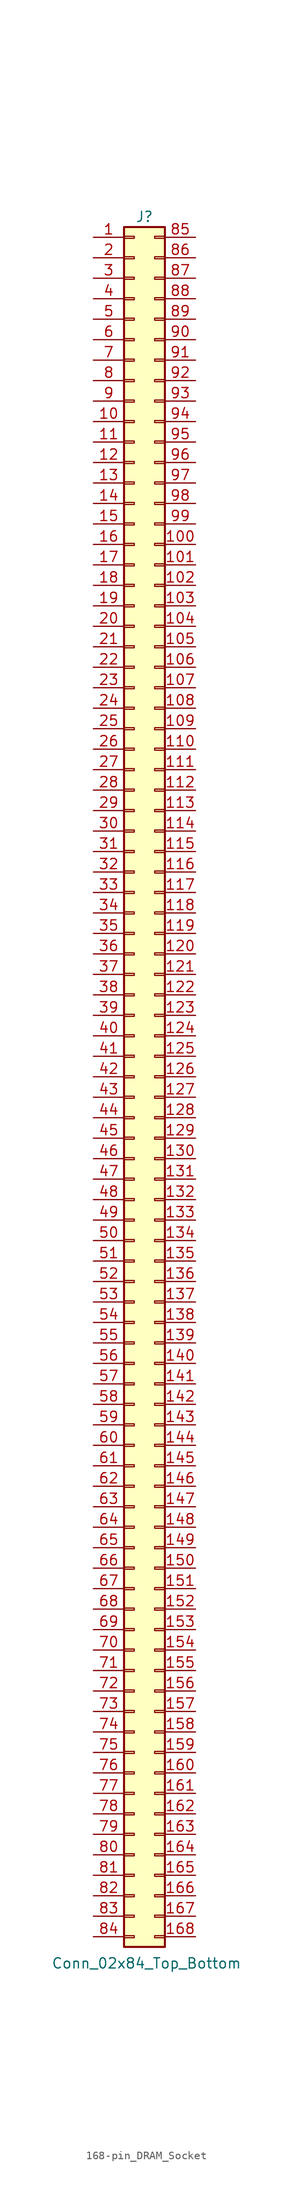
<source format=kicad_sym>
(kicad_symbol_lib
  (version 20231120)
  (generator "kicad_symbol_editor")
  (generator_version "8.0")
  (symbol "168-pin_DRAM_Socket"
    (pin_names
      (offset 1.016) hide)
    (property "Reference" "J"
      (at 1.27 50.8 0)
      (effects (font (size 1.27 1.27))))
    (property "Value" "Conn_02x84_Top_Bottom"
      (at 1.524 -165.862 0)
      (effects (font (size 1.27 1.27))))
    (symbol "168-pin_DRAM_Socket_1_1"
      (rectangle (start -1.27 -162.433) (end 0 -162.687) (stroke (width 0.152) (type default)) (fill (type none)))
      (rectangle (start -1.27 -159.893) (end 0 -160.147) (stroke (width 0.152) (type default)) (fill (type none)))
      (rectangle (start -1.27 -157.353) (end 0 -157.607) (stroke (width 0.152) (type default)) (fill (type none)))
      (rectangle (start -1.27 -154.813) (end 0 -155.067) (stroke (width 0.152) (type default)) (fill (type none)))
      (rectangle (start -1.27 -152.273) (end 0 -152.527) (stroke (width 0.152) (type default)) (fill (type none)))
      (rectangle (start -1.27 -149.733) (end 0 -149.987) (stroke (width 0.152) (type default)) (fill (type none)))
      (rectangle (start -1.27 -147.193) (end 0 -147.447) (stroke (width 0.152) (type default)) (fill (type none)))
      (rectangle (start -1.27 -144.653) (end 0 -144.907) (stroke (width 0.152) (type default)) (fill (type none)))
      (rectangle (start -1.27 -142.113) (end 0 -142.367) (stroke (width 0.152) (type default)) (fill (type none)))
      (rectangle (start -1.27 -139.573) (end 0 -139.827) (stroke (width 0.152) (type default)) (fill (type none)))
      (rectangle (start -1.27 -137.033) (end 0 -137.287) (stroke (width 0.152) (type default)) (fill (type none)))
      (rectangle (start -1.27 -134.493) (end 0 -134.747) (stroke (width 0.152) (type default)) (fill (type none)))
      (rectangle (start -1.27 -131.953) (end 0 -132.207) (stroke (width 0.152) (type default)) (fill (type none)))
      (rectangle (start -1.27 -129.413) (end 0 -129.667) (stroke (width 0.152) (type default)) (fill (type none)))
      (rectangle (start -1.27 -126.873) (end 0 -127.127) (stroke (width 0.152) (type default)) (fill (type none)))
      (rectangle (start -1.27 -124.333) (end 0 -124.587) (stroke (width 0.152) (type default)) (fill (type none)))
      (rectangle (start -1.27 -121.793) (end 0 -122.047) (stroke (width 0.152) (type default)) (fill (type none)))
      (rectangle (start -1.27 -119.253) (end 0 -119.507) (stroke (width 0.152) (type default)) (fill (type none)))
      (rectangle (start -1.27 -116.713) (end 0 -116.967) (stroke (width 0.152) (type default)) (fill (type none)))
      (rectangle (start -1.27 -114.173) (end 0 -114.427) (stroke (width 0.152) (type default)) (fill (type none)))
      (rectangle (start -1.27 -111.633) (end 0 -111.887) (stroke (width 0.152) (type default)) (fill (type none)))
      (rectangle (start -1.27 -109.093) (end 0 -109.347) (stroke (width 0.152) (type default)) (fill (type none)))
      (rectangle (start -1.27 -106.553) (end 0 -106.807) (stroke (width 0.152) (type default)) (fill (type none)))
      (rectangle (start -1.27 -104.013) (end 0 -104.267) (stroke (width 0.152) (type default)) (fill (type none)))
      (rectangle (start -1.27 -101.473) (end 0 -101.727) (stroke (width 0.152) (type default)) (fill (type none)))
      (rectangle (start -1.27 -98.933) (end 0 -99.187) (stroke (width 0.152) (type default)) (fill (type none)))
      (rectangle (start -1.27 -96.393) (end 0 -96.647) (stroke (width 0.152) (type default)) (fill (type none)))
      (rectangle (start -1.27 -93.853) (end 0 -94.107) (stroke (width 0.152) (type default)) (fill (type none)))
      (rectangle (start -1.27 -91.313) (end 0 -91.567) (stroke (width 0.152) (type default)) (fill (type none)))
      (rectangle (start -1.27 -88.773) (end 0 -89.027) (stroke (width 0.152) (type default)) (fill (type none)))
      (rectangle (start -1.27 -86.233) (end 0 -86.487) (stroke (width 0.152) (type default)) (fill (type none)))
      (rectangle (start -1.27 -83.693) (end 0 -83.947) (stroke (width 0.152) (type default)) (fill (type none)))
      (rectangle (start -1.27 -81.153) (end 0 -81.407) (stroke (width 0.152) (type default)) (fill (type none)))
      (rectangle (start -1.27 -78.613) (end 0 -78.867) (stroke (width 0.152) (type default)) (fill (type none)))
      (rectangle (start -1.27 -76.073) (end 0 -76.327) (stroke (width 0.152) (type default)) (fill (type none)))
      (rectangle (start -1.27 -73.533) (end 0 -73.787) (stroke (width 0.152) (type default)) (fill (type none)))
      (rectangle (start -1.27 -70.993) (end 0 -71.247) (stroke (width 0.152) (type default)) (fill (type none)))
      (rectangle (start -1.27 -68.453) (end 0 -68.707) (stroke (width 0.152) (type default)) (fill (type none)))
      (rectangle (start -1.27 -65.913) (end 0 -66.167) (stroke (width 0.152) (type default)) (fill (type none)))
      (rectangle (start -1.27 -63.373) (end 0 -63.627) (stroke (width 0.152) (type default)) (fill (type none)))
      (rectangle (start -1.27 -60.833) (end 0 -61.087) (stroke (width 0.152) (type default)) (fill (type none)))
      (rectangle (start -1.27 -58.293) (end 0 -58.547) (stroke (width 0.152) (type default)) (fill (type none)))
      (rectangle (start -1.27 -55.753) (end 0 -56.007) (stroke (width 0.152) (type default)) (fill (type none)))
      (rectangle (start -1.27 -53.213) (end 0 -53.467) (stroke (width 0.152) (type default)) (fill (type none)))
      (rectangle (start -1.27 -50.673) (end 0 -50.927) (stroke (width 0.152) (type default)) (fill (type none)))
      (rectangle (start -1.27 -48.133) (end 0 -48.387) (stroke (width 0.152) (type default)) (fill (type none)))
      (rectangle (start -1.27 -45.593) (end 0 -45.847) (stroke (width 0.152) (type default)) (fill (type none)))
      (rectangle (start -1.27 -43.053) (end 0 -43.307) (stroke (width 0.152) (type default)) (fill (type none)))
      (rectangle (start -1.27 -40.513) (end 0 -40.767) (stroke (width 0.152) (type default)) (fill (type none)))
      (rectangle (start -1.27 -37.973) (end 0 -38.227) (stroke (width 0.152) (type default)) (fill (type none)))
      (rectangle (start -1.27 -35.433) (end 0 -35.687) (stroke (width 0.152) (type default)) (fill (type none)))
      (rectangle (start -1.27 -32.893) (end 0 -33.147) (stroke (width 0.152) (type default)) (fill (type none)))
      (rectangle (start -1.27 -30.353) (end 0 -30.607) (stroke (width 0.152) (type default)) (fill (type none)))
      (rectangle (start -1.27 -27.813) (end 0 -28.067) (stroke (width 0.152) (type default)) (fill (type none)))
      (rectangle (start -1.27 -25.273) (end 0 -25.527) (stroke (width 0.152) (type default)) (fill (type none)))
      (rectangle (start -1.27 -22.733) (end 0 -22.987) (stroke (width 0.152) (type default)) (fill (type none)))
      (rectangle (start -1.27 -20.193) (end 0 -20.447) (stroke (width 0.152) (type default)) (fill (type none)))
      (rectangle (start -1.27 -17.653) (end 0 -17.907) (stroke (width 0.152) (type default)) (fill (type none)))
      (rectangle (start -1.27 -15.113) (end 0 -15.367) (stroke (width 0.152) (type default)) (fill (type none)))
      (rectangle (start -1.27 -12.573) (end 0 -12.827) (stroke (width 0.152) (type default)) (fill (type none)))
      (rectangle (start -1.27 -10.033) (end 0 -10.287) (stroke (width 0.152) (type default)) (fill (type none)))
      (rectangle (start -1.27 -7.493) (end 0 -7.747) (stroke (width 0.152) (type default)) (fill (type none)))
      (rectangle (start -1.27 -4.953) (end 0 -5.207) (stroke (width 0.152) (type default)) (fill (type none)))
      (rectangle (start -1.27 -2.413) (end 0 -2.667) (stroke (width 0.152) (type default)) (fill (type none)))
      (rectangle (start -1.27 0.127) (end 0 -0.127) (stroke (width 0.152) (type default)) (fill (type none)))
      (rectangle (start -1.27 2.667) (end 0 2.413) (stroke (width 0.152) (type default)) (fill (type none)))
      (rectangle (start -1.27 5.207) (end 0 4.953) (stroke (width 0.152) (type default)) (fill (type none)))
      (rectangle (start -1.27 7.747) (end 0 7.493) (stroke (width 0.152) (type default)) (fill (type none)))
      (rectangle (start -1.27 10.287) (end 0 10.033) (stroke (width 0.152) (type default)) (fill (type none)))
      (rectangle (start -1.27 12.827) (end 0 12.573) (stroke (width 0.152) (type default)) (fill (type none)))
      (rectangle (start -1.27 15.367) (end 0 15.113) (stroke (width 0.152) (type default)) (fill (type none)))
      (rectangle (start -1.27 17.907) (end 0 17.653) (stroke (width 0.152) (type default)) (fill (type none)))
      (rectangle (start -1.27 20.447) (end 0 20.193) (stroke (width 0.152) (type default)) (fill (type none)))
      (rectangle (start -1.27 22.987) (end 0 22.733) (stroke (width 0.152) (type default)) (fill (type none)))
      (rectangle (start -1.27 25.527) (end 0 25.273) (stroke (width 0.152) (type default)) (fill (type none)))
      (rectangle (start -1.27 28.067) (end 0 27.813) (stroke (width 0.152) (type default)) (fill (type none)))
      (rectangle (start -1.27 30.607) (end 0 30.353) (stroke (width 0.152) (type default)) (fill (type none)))
      (rectangle (start -1.27 33.147) (end 0 32.893) (stroke (width 0.152) (type default)) (fill (type none)))
      (rectangle (start -1.27 35.687) (end 0 35.433) (stroke (width 0.152) (type default)) (fill (type none)))
      (rectangle (start -1.27 38.227) (end 0 37.973) (stroke (width 0.152) (type default)) (fill (type none)))
      (rectangle (start -1.27 40.767) (end 0 40.513) (stroke (width 0.152) (type default)) (fill (type none)))
      (rectangle (start -1.27 43.307) (end 0 43.053) (stroke (width 0.152) (type default)) (fill (type none)))
      (rectangle (start -1.27 45.847) (end 0 45.593) (stroke (width 0.152) (type default)) (fill (type none)))
      (rectangle (start -1.27 48.387) (end 0 48.133) (stroke (width 0.152) (type default)) (fill (type none)))
      (rectangle (start -1.27 49.53) (end 3.81 -163.83) (stroke (width 0.254) (type default)) (fill (type background)))
      (rectangle (start 2.54 -162.433) (end 3.81 -162.687) (stroke (width 0.152) (type default)) (fill (type none)))
      (rectangle (start 2.54 -159.893) (end 3.81 -160.147) (stroke (width 0.152) (type default)) (fill (type none)))
      (rectangle (start 2.54 -157.353) (end 3.81 -157.607) (stroke (width 0.152) (type default)) (fill (type none)))
      (rectangle (start 2.54 -154.813) (end 3.81 -155.067) (stroke (width 0.152) (type default)) (fill (type none)))
      (rectangle (start 2.54 -152.273) (end 3.81 -152.527) (stroke (width 0.152) (type default)) (fill (type none)))
      (rectangle (start 2.54 -149.733) (end 3.81 -149.987) (stroke (width 0.152) (type default)) (fill (type none)))
      (rectangle (start 2.54 -147.193) (end 3.81 -147.447) (stroke (width 0.152) (type default)) (fill (type none)))
      (rectangle (start 2.54 -144.653) (end 3.81 -144.907) (stroke (width 0.152) (type default)) (fill (type none)))
      (rectangle (start 2.54 -142.113) (end 3.81 -142.367) (stroke (width 0.152) (type default)) (fill (type none)))
      (rectangle (start 2.54 -139.573) (end 3.81 -139.827) (stroke (width 0.152) (type default)) (fill (type none)))
      (rectangle (start 2.54 -137.033) (end 3.81 -137.287) (stroke (width 0.152) (type default)) (fill (type none)))
      (rectangle (start 2.54 -134.493) (end 3.81 -134.747) (stroke (width 0.152) (type default)) (fill (type none)))
      (rectangle (start 2.54 -131.953) (end 3.81 -132.207) (stroke (width 0.152) (type default)) (fill (type none)))
      (rectangle (start 2.54 -129.413) (end 3.81 -129.667) (stroke (width 0.152) (type default)) (fill (type none)))
      (rectangle (start 2.54 -126.873) (end 3.81 -127.127) (stroke (width 0.152) (type default)) (fill (type none)))
      (rectangle (start 2.54 -124.333) (end 3.81 -124.587) (stroke (width 0.152) (type default)) (fill (type none)))
      (rectangle (start 2.54 -121.793) (end 3.81 -122.047) (stroke (width 0.152) (type default)) (fill (type none)))
      (rectangle (start 2.54 -119.253) (end 3.81 -119.507) (stroke (width 0.152) (type default)) (fill (type none)))
      (rectangle (start 2.54 -116.713) (end 3.81 -116.967) (stroke (width 0.152) (type default)) (fill (type none)))
      (rectangle (start 2.54 -114.173) (end 3.81 -114.427) (stroke (width 0.152) (type default)) (fill (type none)))
      (rectangle (start 2.54 -111.633) (end 3.81 -111.887) (stroke (width 0.152) (type default)) (fill (type none)))
      (rectangle (start 2.54 -109.093) (end 3.81 -109.347) (stroke (width 0.152) (type default)) (fill (type none)))
      (rectangle (start 2.54 -106.553) (end 3.81 -106.807) (stroke (width 0.152) (type default)) (fill (type none)))
      (rectangle (start 2.54 -104.013) (end 3.81 -104.267) (stroke (width 0.152) (type default)) (fill (type none)))
      (rectangle (start 2.54 -101.473) (end 3.81 -101.727) (stroke (width 0.152) (type default)) (fill (type none)))
      (rectangle (start 2.54 -98.933) (end 3.81 -99.187) (stroke (width 0.152) (type default)) (fill (type none)))
      (rectangle (start 2.54 -96.393) (end 3.81 -96.647) (stroke (width 0.152) (type default)) (fill (type none)))
      (rectangle (start 2.54 -93.853) (end 3.81 -94.107) (stroke (width 0.152) (type default)) (fill (type none)))
      (rectangle (start 2.54 -91.313) (end 3.81 -91.567) (stroke (width 0.152) (type default)) (fill (type none)))
      (rectangle (start 2.54 -88.773) (end 3.81 -89.027) (stroke (width 0.152) (type default)) (fill (type none)))
      (rectangle (start 2.54 -86.233) (end 3.81 -86.487) (stroke (width 0.152) (type default)) (fill (type none)))
      (rectangle (start 2.54 -83.693) (end 3.81 -83.947) (stroke (width 0.152) (type default)) (fill (type none)))
      (rectangle (start 2.54 -81.153) (end 3.81 -81.407) (stroke (width 0.152) (type default)) (fill (type none)))
      (rectangle (start 2.54 -78.613) (end 3.81 -78.867) (stroke (width 0.152) (type default)) (fill (type none)))
      (rectangle (start 2.54 -76.073) (end 3.81 -76.327) (stroke (width 0.152) (type default)) (fill (type none)))
      (rectangle (start 2.54 -73.533) (end 3.81 -73.787) (stroke (width 0.152) (type default)) (fill (type none)))
      (rectangle (start 2.54 -70.993) (end 3.81 -71.247) (stroke (width 0.152) (type default)) (fill (type none)))
      (rectangle (start 2.54 -68.453) (end 3.81 -68.707) (stroke (width 0.152) (type default)) (fill (type none)))
      (rectangle (start 2.54 -65.913) (end 3.81 -66.167) (stroke (width 0.152) (type default)) (fill (type none)))
      (rectangle (start 2.54 -63.373) (end 3.81 -63.627) (stroke (width 0.152) (type default)) (fill (type none)))
      (rectangle (start 2.54 -60.833) (end 3.81 -61.087) (stroke (width 0.152) (type default)) (fill (type none)))
      (rectangle (start 2.54 -58.293) (end 3.81 -58.547) (stroke (width 0.152) (type default)) (fill (type none)))
      (rectangle (start 2.54 -55.753) (end 3.81 -56.007) (stroke (width 0.152) (type default)) (fill (type none)))
      (rectangle (start 2.54 -53.213) (end 3.81 -53.467) (stroke (width 0.152) (type default)) (fill (type none)))
      (rectangle (start 2.54 -50.673) (end 3.81 -50.927) (stroke (width 0.152) (type default)) (fill (type none)))
      (rectangle (start 2.54 -48.133) (end 3.81 -48.387) (stroke (width 0.152) (type default)) (fill (type none)))
      (rectangle (start 2.54 -45.593) (end 3.81 -45.847) (stroke (width 0.152) (type default)) (fill (type none)))
      (rectangle (start 2.54 -43.053) (end 3.81 -43.307) (stroke (width 0.152) (type default)) (fill (type none)))
      (rectangle (start 2.54 -40.513) (end 3.81 -40.767) (stroke (width 0.152) (type default)) (fill (type none)))
      (rectangle (start 2.54 -37.973) (end 3.81 -38.227) (stroke (width 0.152) (type default)) (fill (type none)))
      (rectangle (start 2.54 -35.433) (end 3.81 -35.687) (stroke (width 0.152) (type default)) (fill (type none)))
      (rectangle (start 2.54 -32.893) (end 3.81 -33.147) (stroke (width 0.152) (type default)) (fill (type none)))
      (rectangle (start 2.54 -30.353) (end 3.81 -30.607) (stroke (width 0.152) (type default)) (fill (type none)))
      (rectangle (start 2.54 -27.813) (end 3.81 -28.067) (stroke (width 0.152) (type default)) (fill (type none)))
      (rectangle (start 2.54 -25.273) (end 3.81 -25.527) (stroke (width 0.152) (type default)) (fill (type none)))
      (rectangle (start 2.54 -22.733) (end 3.81 -22.987) (stroke (width 0.152) (type default)) (fill (type none)))
      (rectangle (start 2.54 -20.193) (end 3.81 -20.447) (stroke (width 0.152) (type default)) (fill (type none)))
      (rectangle (start 2.54 -17.653) (end 3.81 -17.907) (stroke (width 0.152) (type default)) (fill (type none)))
      (rectangle (start 2.54 -15.113) (end 3.81 -15.367) (stroke (width 0.152) (type default)) (fill (type none)))
      (rectangle (start 2.54 -12.573) (end 3.81 -12.827) (stroke (width 0.152) (type default)) (fill (type none)))
      (rectangle (start 2.54 -10.033) (end 3.81 -10.287) (stroke (width 0.152) (type default)) (fill (type none)))
      (rectangle (start 2.54 -7.493) (end 3.81 -7.747) (stroke (width 0.152) (type default)) (fill (type none)))
      (rectangle (start 2.54 -4.953) (end 3.81 -5.207) (stroke (width 0.152) (type default)) (fill (type none)))
      (rectangle (start 2.54 -2.413) (end 3.81 -2.667) (stroke (width 0.152) (type default)) (fill (type none)))
      (rectangle (start 2.54 0.127) (end 3.81 -0.127) (stroke (width 0.152) (type default)) (fill (type none)))
      (rectangle (start 2.54 2.667) (end 3.81 2.413) (stroke (width 0.152) (type default)) (fill (type none)))
      (rectangle (start 2.54 5.207) (end 3.81 4.953) (stroke (width 0.152) (type default)) (fill (type none)))
      (rectangle (start 2.54 7.747) (end 3.81 7.493) (stroke (width 0.152) (type default)) (fill (type none)))
      (rectangle (start 2.54 10.287) (end 3.81 10.033) (stroke (width 0.152) (type default)) (fill (type none)))
      (rectangle (start 2.54 12.827) (end 3.81 12.573) (stroke (width 0.152) (type default)) (fill (type none)))
      (rectangle (start 2.54 15.367) (end 3.81 15.113) (stroke (width 0.152) (type default)) (fill (type none)))
      (rectangle (start 2.54 17.907) (end 3.81 17.653) (stroke (width 0.152) (type default)) (fill (type none)))
      (rectangle (start 2.54 20.447) (end 3.81 20.193) (stroke (width 0.152) (type default)) (fill (type none)))
      (rectangle (start 2.54 22.987) (end 3.81 22.733) (stroke (width 0.152) (type default)) (fill (type none)))
      (rectangle (start 2.54 25.527) (end 3.81 25.273) (stroke (width 0.152) (type default)) (fill (type none)))
      (rectangle (start 2.54 28.067) (end 3.81 27.813) (stroke (width 0.152) (type default)) (fill (type none)))
      (rectangle (start 2.54 30.607) (end 3.81 30.353) (stroke (width 0.152) (type default)) (fill (type none)))
      (rectangle (start 2.54 33.147) (end 3.81 32.893) (stroke (width 0.152) (type default)) (fill (type none)))
      (rectangle (start 2.54 35.687) (end 3.81 35.433) (stroke (width 0.152) (type default)) (fill (type none)))
      (rectangle (start 2.54 38.227) (end 3.81 37.973) (stroke (width 0.152) (type default)) (fill (type none)))
      (rectangle (start 2.54 40.767) (end 3.81 40.513) (stroke (width 0.152) (type default)) (fill (type none)))
      (rectangle (start 2.54 43.307) (end 3.81 43.053) (stroke (width 0.152) (type default)) (fill (type none)))
      (rectangle (start 2.54 45.847) (end 3.81 45.593) (stroke (width 0.152) (type default)) (fill (type none)))
      (rectangle (start 2.54 48.387) (end 3.81 48.133) (stroke (width 0.152) (type default)) (fill (type none)))
      (pin passive line (at -5.08 48.26 0) (length 3.81) (name "Pin_1" (effects (font (size 1.27 1.27)))) (number "1" (effects (font (size 1.27 1.27)))))
      (pin passive line (at -5.08 25.4 0) (length 3.81) (name "Pin_10" (effects (font (size 1.27 1.27)))) (number "10" (effects (font (size 1.27 1.27)))))
      (pin passive line (at 7.62 10.16 180) (length 3.81) (name "Pin_100" (effects (font (size 1.27 1.27)))) (number "100" (effects (font (size 1.27 1.27)))))
      (pin passive line (at 7.62 7.62 180) (length 3.81) (name "Pin_101" (effects (font (size 1.27 1.27)))) (number "101" (effects (font (size 1.27 1.27)))))
      (pin passive line (at 7.62 5.08 180) (length 3.81) (name "Pin_102" (effects (font (size 1.27 1.27)))) (number "102" (effects (font (size 1.27 1.27)))))
      (pin passive line (at 7.62 2.54 180) (length 3.81) (name "Pin_103" (effects (font (size 1.27 1.27)))) (number "103" (effects (font (size 1.27 1.27)))))
      (pin passive line (at 7.62 0 180) (length 3.81) (name "Pin_104" (effects (font (size 1.27 1.27)))) (number "104" (effects (font (size 1.27 1.27)))))
      (pin passive line (at 7.62 -2.54 180) (length 3.81) (name "Pin_105" (effects (font (size 1.27 1.27)))) (number "105" (effects (font (size 1.27 1.27)))))
      (pin passive line (at 7.62 -5.08 180) (length 3.81) (name "Pin_106" (effects (font (size 1.27 1.27)))) (number "106" (effects (font (size 1.27 1.27)))))
      (pin passive line (at 7.62 -7.62 180) (length 3.81) (name "Pin_107" (effects (font (size 1.27 1.27)))) (number "107" (effects (font (size 1.27 1.27)))))
      (pin passive line (at 7.62 -10.16 180) (length 3.81) (name "Pin_108" (effects (font (size 1.27 1.27)))) (number "108" (effects (font (size 1.27 1.27)))))
      (pin passive line (at 7.62 -12.7 180) (length 3.81) (name "Pin_109" (effects (font (size 1.27 1.27)))) (number "109" (effects (font (size 1.27 1.27)))))
      (pin passive line (at -5.08 22.86 0) (length 3.81) (name "Pin_11" (effects (font (size 1.27 1.27)))) (number "11" (effects (font (size 1.27 1.27)))))
      (pin passive line (at 7.62 -15.24 180) (length 3.81) (name "Pin_110" (effects (font (size 1.27 1.27)))) (number "110" (effects (font (size 1.27 1.27)))))
      (pin passive line (at 7.62 -17.78 180) (length 3.81) (name "Pin_111" (effects (font (size 1.27 1.27)))) (number "111" (effects (font (size 1.27 1.27)))))
      (pin passive line (at 7.62 -20.32 180) (length 3.81) (name "Pin_112" (effects (font (size 1.27 1.27)))) (number "112" (effects (font (size 1.27 1.27)))))
      (pin passive line (at 7.62 -22.86 180) (length 3.81) (name "Pin_113" (effects (font (size 1.27 1.27)))) (number "113" (effects (font (size 1.27 1.27)))))
      (pin passive line (at 7.62 -25.4 180) (length 3.81) (name "Pin_114" (effects (font (size 1.27 1.27)))) (number "114" (effects (font (size 1.27 1.27)))))
      (pin passive line (at 7.62 -27.94 180) (length 3.81) (name "Pin_115" (effects (font (size 1.27 1.27)))) (number "115" (effects (font (size 1.27 1.27)))))
      (pin passive line (at 7.62 -30.48 180) (length 3.81) (name "Pin_116" (effects (font (size 1.27 1.27)))) (number "116" (effects (font (size 1.27 1.27)))))
      (pin passive line (at 7.62 -33.02 180) (length 3.81) (name "Pin_117" (effects (font (size 1.27 1.27)))) (number "117" (effects (font (size 1.27 1.27)))))
      (pin passive line (at 7.62 -35.56 180) (length 3.81) (name "Pin_118" (effects (font (size 1.27 1.27)))) (number "118" (effects (font (size 1.27 1.27)))))
      (pin passive line (at 7.62 -38.1 180) (length 3.81) (name "Pin_119" (effects (font (size 1.27 1.27)))) (number "119" (effects (font (size 1.27 1.27)))))
      (pin passive line (at -5.08 20.32 0) (length 3.81) (name "Pin_12" (effects (font (size 1.27 1.27)))) (number "12" (effects (font (size 1.27 1.27)))))
      (pin passive line (at 7.62 -40.64 180) (length 3.81) (name "Pin_120" (effects (font (size 1.27 1.27)))) (number "120" (effects (font (size 1.27 1.27)))))
      (pin passive line (at 7.62 -43.18 180) (length 3.81) (name "Pin_121" (effects (font (size 1.27 1.27)))) (number "121" (effects (font (size 1.27 1.27)))))
      (pin passive line (at 7.62 -45.72 180) (length 3.81) (name "Pin_122" (effects (font (size 1.27 1.27)))) (number "122" (effects (font (size 1.27 1.27)))))
      (pin passive line (at 7.62 -48.26 180) (length 3.81) (name "Pin_123" (effects (font (size 1.27 1.27)))) (number "123" (effects (font (size 1.27 1.27)))))
      (pin passive line (at 7.62 -50.8 180) (length 3.81) (name "Pin_124" (effects (font (size 1.27 1.27)))) (number "124" (effects (font (size 1.27 1.27)))))
      (pin passive line (at 7.62 -53.34 180) (length 3.81) (name "Pin_125" (effects (font (size 1.27 1.27)))) (number "125" (effects (font (size 1.27 1.27)))))
      (pin passive line (at 7.62 -55.88 180) (length 3.81) (name "Pin_126" (effects (font (size 1.27 1.27)))) (number "126" (effects (font (size 1.27 1.27)))))
      (pin passive line (at 7.62 -58.42 180) (length 3.81) (name "Pin_127" (effects (font (size 1.27 1.27)))) (number "127" (effects (font (size 1.27 1.27)))))
      (pin passive line (at 7.62 -60.96 180) (length 3.81) (name "Pin_128" (effects (font (size 1.27 1.27)))) (number "128" (effects (font (size 1.27 1.27)))))
      (pin passive line (at 7.62 -63.5 180) (length 3.81) (name "Pin_129" (effects (font (size 1.27 1.27)))) (number "129" (effects (font (size 1.27 1.27)))))
      (pin passive line (at -5.08 17.78 0) (length 3.81) (name "Pin_13" (effects (font (size 1.27 1.27)))) (number "13" (effects (font (size 1.27 1.27)))))
      (pin passive line (at 7.62 -66.04 180) (length 3.81) (name "Pin_130" (effects (font (size 1.27 1.27)))) (number "130" (effects (font (size 1.27 1.27)))))
      (pin passive line (at 7.62 -68.58 180) (length 3.81) (name "Pin_131" (effects (font (size 1.27 1.27)))) (number "131" (effects (font (size 1.27 1.27)))))
      (pin passive line (at 7.62 -71.12 180) (length 3.81) (name "Pin_132" (effects (font (size 1.27 1.27)))) (number "132" (effects (font (size 1.27 1.27)))))
      (pin passive line (at 7.62 -73.66 180) (length 3.81) (name "Pin_133" (effects (font (size 1.27 1.27)))) (number "133" (effects (font (size 1.27 1.27)))))
      (pin passive line (at 7.62 -76.2 180) (length 3.81) (name "Pin_134" (effects (font (size 1.27 1.27)))) (number "134" (effects (font (size 1.27 1.27)))))
      (pin passive line (at 7.62 -78.74 180) (length 3.81) (name "Pin_135" (effects (font (size 1.27 1.27)))) (number "135" (effects (font (size 1.27 1.27)))))
      (pin passive line (at 7.62 -81.28 180) (length 3.81) (name "Pin_136" (effects (font (size 1.27 1.27)))) (number "136" (effects (font (size 1.27 1.27)))))
      (pin passive line (at 7.62 -83.82 180) (length 3.81) (name "Pin_137" (effects (font (size 1.27 1.27)))) (number "137" (effects (font (size 1.27 1.27)))))
      (pin passive line (at 7.62 -86.36 180) (length 3.81) (name "Pin_138" (effects (font (size 1.27 1.27)))) (number "138" (effects (font (size 1.27 1.27)))))
      (pin passive line (at 7.62 -88.9 180) (length 3.81) (name "Pin_139" (effects (font (size 1.27 1.27)))) (number "139" (effects (font (size 1.27 1.27)))))
      (pin passive line (at -5.08 15.24 0) (length 3.81) (name "Pin_14" (effects (font (size 1.27 1.27)))) (number "14" (effects (font (size 1.27 1.27)))))
      (pin passive line (at 7.62 -91.44 180) (length 3.81) (name "Pin_140" (effects (font (size 1.27 1.27)))) (number "140" (effects (font (size 1.27 1.27)))))
      (pin passive line (at 7.62 -93.98 180) (length 3.81) (name "Pin_141" (effects (font (size 1.27 1.27)))) (number "141" (effects (font (size 1.27 1.27)))))
      (pin passive line (at 7.62 -96.52 180) (length 3.81) (name "Pin_142" (effects (font (size 1.27 1.27)))) (number "142" (effects (font (size 1.27 1.27)))))
      (pin passive line (at 7.62 -99.06 180) (length 3.81) (name "Pin_143" (effects (font (size 1.27 1.27)))) (number "143" (effects (font (size 1.27 1.27)))))
      (pin passive line (at 7.62 -101.6 180) (length 3.81) (name "Pin_144" (effects (font (size 1.27 1.27)))) (number "144" (effects (font (size 1.27 1.27)))))
      (pin passive line (at 7.62 -104.14 180) (length 3.81) (name "Pin_145" (effects (font (size 1.27 1.27)))) (number "145" (effects (font (size 1.27 1.27)))))
      (pin passive line (at 7.62 -106.68 180) (length 3.81) (name "Pin_146" (effects (font (size 1.27 1.27)))) (number "146" (effects (font (size 1.27 1.27)))))
      (pin passive line (at 7.62 -109.22 180) (length 3.81) (name "Pin_147" (effects (font (size 1.27 1.27)))) (number "147" (effects (font (size 1.27 1.27)))))
      (pin passive line (at 7.62 -111.76 180) (length 3.81) (name "Pin_148" (effects (font (size 1.27 1.27)))) (number "148" (effects (font (size 1.27 1.27)))))
      (pin passive line (at 7.62 -114.3 180) (length 3.81) (name "Pin_149" (effects (font (size 1.27 1.27)))) (number "149" (effects (font (size 1.27 1.27)))))
      (pin passive line (at -5.08 12.7 0) (length 3.81) (name "Pin_15" (effects (font (size 1.27 1.27)))) (number "15" (effects (font (size 1.27 1.27)))))
      (pin passive line (at 7.62 -116.84 180) (length 3.81) (name "Pin_150" (effects (font (size 1.27 1.27)))) (number "150" (effects (font (size 1.27 1.27)))))
      (pin passive line (at 7.62 -119.38 180) (length 3.81) (name "Pin_151" (effects (font (size 1.27 1.27)))) (number "151" (effects (font (size 1.27 1.27)))))
      (pin passive line (at 7.62 -121.92 180) (length 3.81) (name "Pin_152" (effects (font (size 1.27 1.27)))) (number "152" (effects (font (size 1.27 1.27)))))
      (pin passive line (at 7.62 -124.46 180) (length 3.81) (name "Pin_153" (effects (font (size 1.27 1.27)))) (number "153" (effects (font (size 1.27 1.27)))))
      (pin passive line (at 7.62 -127 180) (length 3.81) (name "Pin_154" (effects (font (size 1.27 1.27)))) (number "154" (effects (font (size 1.27 1.27)))))
      (pin passive line (at 7.62 -129.54 180) (length 3.81) (name "Pin_155" (effects (font (size 1.27 1.27)))) (number "155" (effects (font (size 1.27 1.27)))))
      (pin passive line (at 7.62 -132.08 180) (length 3.81) (name "Pin_156" (effects (font (size 1.27 1.27)))) (number "156" (effects (font (size 1.27 1.27)))))
      (pin passive line (at 7.62 -134.62 180) (length 3.81) (name "Pin_157" (effects (font (size 1.27 1.27)))) (number "157" (effects (font (size 1.27 1.27)))))
      (pin passive line (at 7.62 -137.16 180) (length 3.81) (name "Pin_158" (effects (font (size 1.27 1.27)))) (number "158" (effects (font (size 1.27 1.27)))))
      (pin passive line (at 7.62 -139.7 180) (length 3.81) (name "Pin_159" (effects (font (size 1.27 1.27)))) (number "159" (effects (font (size 1.27 1.27)))))
      (pin passive line (at -5.08 10.16 0) (length 3.81) (name "Pin_16" (effects (font (size 1.27 1.27)))) (number "16" (effects (font (size 1.27 1.27)))))
      (pin passive line (at 7.62 -142.24 180) (length 3.81) (name "Pin_160" (effects (font (size 1.27 1.27)))) (number "160" (effects (font (size 1.27 1.27)))))
      (pin passive line (at 7.62 -144.78 180) (length 3.81) (name "Pin_161" (effects (font (size 1.27 1.27)))) (number "161" (effects (font (size 1.27 1.27)))))
      (pin passive line (at 7.62 -147.32 180) (length 3.81) (name "Pin_162" (effects (font (size 1.27 1.27)))) (number "162" (effects (font (size 1.27 1.27)))))
      (pin passive line (at 7.62 -149.86 180) (length 3.81) (name "Pin_163" (effects (font (size 1.27 1.27)))) (number "163" (effects (font (size 1.27 1.27)))))
      (pin passive line (at 7.62 -152.4 180) (length 3.81) (name "Pin_164" (effects (font (size 1.27 1.27)))) (number "164" (effects (font (size 1.27 1.27)))))
      (pin passive line (at 7.62 -154.94 180) (length 3.81) (name "Pin_165" (effects (font (size 1.27 1.27)))) (number "165" (effects (font (size 1.27 1.27)))))
      (pin passive line (at 7.62 -157.48 180) (length 3.81) (name "Pin_166" (effects (font (size 1.27 1.27)))) (number "166" (effects (font (size 1.27 1.27)))))
      (pin passive line (at 7.62 -160.02 180) (length 3.81) (name "Pin_167" (effects (font (size 1.27 1.27)))) (number "167" (effects (font (size 1.27 1.27)))))
      (pin passive line (at 7.62 -162.56 180) (length 3.81) (name "Pin_168" (effects (font (size 1.27 1.27)))) (number "168" (effects (font (size 1.27 1.27)))))
      (pin passive line (at -5.08 7.62 0) (length 3.81) (name "Pin_17" (effects (font (size 1.27 1.27)))) (number "17" (effects (font (size 1.27 1.27)))))
      (pin passive line (at -5.08 5.08 0) (length 3.81) (name "Pin_18" (effects (font (size 1.27 1.27)))) (number "18" (effects (font (size 1.27 1.27)))))
      (pin passive line (at -5.08 2.54 0) (length 3.81) (name "Pin_19" (effects (font (size 1.27 1.27)))) (number "19" (effects (font (size 1.27 1.27)))))
      (pin passive line (at -5.08 45.72 0) (length 3.81) (name "Pin_2" (effects (font (size 1.27 1.27)))) (number "2" (effects (font (size 1.27 1.27)))))
      (pin passive line (at -5.08 0 0) (length 3.81) (name "Pin_20" (effects (font (size 1.27 1.27)))) (number "20" (effects (font (size 1.27 1.27)))))
      (pin passive line (at -5.08 -2.54 0) (length 3.81) (name "Pin_21" (effects (font (size 1.27 1.27)))) (number "21" (effects (font (size 1.27 1.27)))))
      (pin passive line (at -5.08 -5.08 0) (length 3.81) (name "Pin_22" (effects (font (size 1.27 1.27)))) (number "22" (effects (font (size 1.27 1.27)))))
      (pin passive line (at -5.08 -7.62 0) (length 3.81) (name "Pin_23" (effects (font (size 1.27 1.27)))) (number "23" (effects (font (size 1.27 1.27)))))
      (pin passive line (at -5.08 -10.16 0) (length 3.81) (name "Pin_24" (effects (font (size 1.27 1.27)))) (number "24" (effects (font (size 1.27 1.27)))))
      (pin passive line (at -5.08 -12.7 0) (length 3.81) (name "Pin_25" (effects (font (size 1.27 1.27)))) (number "25" (effects (font (size 1.27 1.27)))))
      (pin passive line (at -5.08 -15.24 0) (length 3.81) (name "Pin_26" (effects (font (size 1.27 1.27)))) (number "26" (effects (font (size 1.27 1.27)))))
      (pin passive line (at -5.08 -17.78 0) (length 3.81) (name "Pin_27" (effects (font (size 1.27 1.27)))) (number "27" (effects (font (size 1.27 1.27)))))
      (pin passive line (at -5.08 -20.32 0) (length 3.81) (name "Pin_28" (effects (font (size 1.27 1.27)))) (number "28" (effects (font (size 1.27 1.27)))))
      (pin passive line (at -5.08 -22.86 0) (length 3.81) (name "Pin_29" (effects (font (size 1.27 1.27)))) (number "29" (effects (font (size 1.27 1.27)))))
      (pin passive line (at -5.08 43.18 0) (length 3.81) (name "Pin_3" (effects (font (size 1.27 1.27)))) (number "3" (effects (font (size 1.27 1.27)))))
      (pin passive line (at -5.08 -25.4 0) (length 3.81) (name "Pin_30" (effects (font (size 1.27 1.27)))) (number "30" (effects (font (size 1.27 1.27)))))
      (pin passive line (at -5.08 -27.94 0) (length 3.81) (name "Pin_31" (effects (font (size 1.27 1.27)))) (number "31" (effects (font (size 1.27 1.27)))))
      (pin passive line (at -5.08 -30.48 0) (length 3.81) (name "Pin_32" (effects (font (size 1.27 1.27)))) (number "32" (effects (font (size 1.27 1.27)))))
      (pin passive line (at -5.08 -33.02 0) (length 3.81) (name "Pin_33" (effects (font (size 1.27 1.27)))) (number "33" (effects (font (size 1.27 1.27)))))
      (pin passive line (at -5.08 -35.56 0) (length 3.81) (name "Pin_34" (effects (font (size 1.27 1.27)))) (number "34" (effects (font (size 1.27 1.27)))))
      (pin passive line (at -5.08 -38.1 0) (length 3.81) (name "Pin_35" (effects (font (size 1.27 1.27)))) (number "35" (effects (font (size 1.27 1.27)))))
      (pin passive line (at -5.08 -40.64 0) (length 3.81) (name "Pin_36" (effects (font (size 1.27 1.27)))) (number "36" (effects (font (size 1.27 1.27)))))
      (pin passive line (at -5.08 -43.18 0) (length 3.81) (name "Pin_37" (effects (font (size 1.27 1.27)))) (number "37" (effects (font (size 1.27 1.27)))))
      (pin passive line (at -5.08 -45.72 0) (length 3.81) (name "Pin_38" (effects (font (size 1.27 1.27)))) (number "38" (effects (font (size 1.27 1.27)))))
      (pin passive line (at -5.08 -48.26 0) (length 3.81) (name "Pin_39" (effects (font (size 1.27 1.27)))) (number "39" (effects (font (size 1.27 1.27)))))
      (pin passive line (at -5.08 40.64 0) (length 3.81) (name "Pin_4" (effects (font (size 1.27 1.27)))) (number "4" (effects (font (size 1.27 1.27)))))
      (pin passive line (at -5.08 -50.8 0) (length 3.81) (name "Pin_40" (effects (font (size 1.27 1.27)))) (number "40" (effects (font (size 1.27 1.27)))))
      (pin passive line (at -5.08 -53.34 0) (length 3.81) (name "Pin_41" (effects (font (size 1.27 1.27)))) (number "41" (effects (font (size 1.27 1.27)))))
      (pin passive line (at -5.08 -55.88 0) (length 3.81) (name "Pin_42" (effects (font (size 1.27 1.27)))) (number "42" (effects (font (size 1.27 1.27)))))
      (pin passive line (at -5.08 -58.42 0) (length 3.81) (name "Pin_43" (effects (font (size 1.27 1.27)))) (number "43" (effects (font (size 1.27 1.27)))))
      (pin passive line (at -5.08 -60.96 0) (length 3.81) (name "Pin_44" (effects (font (size 1.27 1.27)))) (number "44" (effects (font (size 1.27 1.27)))))
      (pin passive line (at -5.08 -63.5 0) (length 3.81) (name "Pin_45" (effects (font (size 1.27 1.27)))) (number "45" (effects (font (size 1.27 1.27)))))
      (pin passive line (at -5.08 -66.04 0) (length 3.81) (name "Pin_46" (effects (font (size 1.27 1.27)))) (number "46" (effects (font (size 1.27 1.27)))))
      (pin passive line (at -5.08 -68.58 0) (length 3.81) (name "Pin_47" (effects (font (size 1.27 1.27)))) (number "47" (effects (font (size 1.27 1.27)))))
      (pin passive line (at -5.08 -71.12 0) (length 3.81) (name "Pin_48" (effects (font (size 1.27 1.27)))) (number "48" (effects (font (size 1.27 1.27)))))
      (pin passive line (at -5.08 -73.66 0) (length 3.81) (name "Pin_49" (effects (font (size 1.27 1.27)))) (number "49" (effects (font (size 1.27 1.27)))))
      (pin passive line (at -5.08 38.1 0) (length 3.81) (name "Pin_5" (effects (font (size 1.27 1.27)))) (number "5" (effects (font (size 1.27 1.27)))))
      (pin passive line (at -5.08 -76.2 0) (length 3.81) (name "Pin_50" (effects (font (size 1.27 1.27)))) (number "50" (effects (font (size 1.27 1.27)))))
      (pin passive line (at -5.08 -78.74 0) (length 3.81) (name "Pin_51" (effects (font (size 1.27 1.27)))) (number "51" (effects (font (size 1.27 1.27)))))
      (pin passive line (at -5.08 -81.28 0) (length 3.81) (name "Pin_52" (effects (font (size 1.27 1.27)))) (number "52" (effects (font (size 1.27 1.27)))))
      (pin passive line (at -5.08 -83.82 0) (length 3.81) (name "Pin_53" (effects (font (size 1.27 1.27)))) (number "53" (effects (font (size 1.27 1.27)))))
      (pin passive line (at -5.08 -86.36 0) (length 3.81) (name "Pin_54" (effects (font (size 1.27 1.27)))) (number "54" (effects (font (size 1.27 1.27)))))
      (pin passive line (at -5.08 -88.9 0) (length 3.81) (name "Pin_55" (effects (font (size 1.27 1.27)))) (number "55" (effects (font (size 1.27 1.27)))))
      (pin passive line (at -5.08 -91.44 0) (length 3.81) (name "Pin_56" (effects (font (size 1.27 1.27)))) (number "56" (effects (font (size 1.27 1.27)))))
      (pin passive line (at -5.08 -93.98 0) (length 3.81) (name "Pin_57" (effects (font (size 1.27 1.27)))) (number "57" (effects (font (size 1.27 1.27)))))
      (pin passive line (at -5.08 -96.52 0) (length 3.81) (name "Pin_58" (effects (font (size 1.27 1.27)))) (number "58" (effects (font (size 1.27 1.27)))))
      (pin passive line (at -5.08 -99.06 0) (length 3.81) (name "Pin_59" (effects (font (size 1.27 1.27)))) (number "59" (effects (font (size 1.27 1.27)))))
      (pin passive line (at -5.08 35.56 0) (length 3.81) (name "Pin_6" (effects (font (size 1.27 1.27)))) (number "6" (effects (font (size 1.27 1.27)))))
      (pin passive line (at -5.08 -101.6 0) (length 3.81) (name "Pin_60" (effects (font (size 1.27 1.27)))) (number "60" (effects (font (size 1.27 1.27)))))
      (pin passive line (at -5.08 -104.14 0) (length 3.81) (name "Pin_61" (effects (font (size 1.27 1.27)))) (number "61" (effects (font (size 1.27 1.27)))))
      (pin passive line (at -5.08 -106.68 0) (length 3.81) (name "Pin_62" (effects (font (size 1.27 1.27)))) (number "62" (effects (font (size 1.27 1.27)))))
      (pin passive line (at -5.08 -109.22 0) (length 3.81) (name "Pin_63" (effects (font (size 1.27 1.27)))) (number "63" (effects (font (size 1.27 1.27)))))
      (pin passive line (at -5.08 -111.76 0) (length 3.81) (name "Pin_64" (effects (font (size 1.27 1.27)))) (number "64" (effects (font (size 1.27 1.27)))))
      (pin passive line (at -5.08 -114.3 0) (length 3.81) (name "Pin_65" (effects (font (size 1.27 1.27)))) (number "65" (effects (font (size 1.27 1.27)))))
      (pin passive line (at -5.08 -116.84 0) (length 3.81) (name "Pin_66" (effects (font (size 1.27 1.27)))) (number "66" (effects (font (size 1.27 1.27)))))
      (pin passive line (at -5.08 -119.38 0) (length 3.81) (name "Pin_67" (effects (font (size 1.27 1.27)))) (number "67" (effects (font (size 1.27 1.27)))))
      (pin passive line (at -5.08 -121.92 0) (length 3.81) (name "Pin_68" (effects (font (size 1.27 1.27)))) (number "68" (effects (font (size 1.27 1.27)))))
      (pin passive line (at -5.08 -124.46 0) (length 3.81) (name "Pin_69" (effects (font (size 1.27 1.27)))) (number "69" (effects (font (size 1.27 1.27)))))
      (pin passive line (at -5.08 33.02 0) (length 3.81) (name "Pin_7" (effects (font (size 1.27 1.27)))) (number "7" (effects (font (size 1.27 1.27)))))
      (pin passive line (at -5.08 -127 0) (length 3.81) (name "Pin_70" (effects (font (size 1.27 1.27)))) (number "70" (effects (font (size 1.27 1.27)))))
      (pin passive line (at -5.08 -129.54 0) (length 3.81) (name "Pin_71" (effects (font (size 1.27 1.27)))) (number "71" (effects (font (size 1.27 1.27)))))
      (pin passive line (at -5.08 -132.08 0) (length 3.81) (name "Pin_72" (effects (font (size 1.27 1.27)))) (number "72" (effects (font (size 1.27 1.27)))))
      (pin passive line (at -5.08 -134.62 0) (length 3.81) (name "Pin_73" (effects (font (size 1.27 1.27)))) (number "73" (effects (font (size 1.27 1.27)))))
      (pin passive line (at -5.08 -137.16 0) (length 3.81) (name "Pin_74" (effects (font (size 1.27 1.27)))) (number "74" (effects (font (size 1.27 1.27)))))
      (pin passive line (at -5.08 -139.7 0) (length 3.81) (name "Pin_75" (effects (font (size 1.27 1.27)))) (number "75" (effects (font (size 1.27 1.27)))))
      (pin passive line (at -5.08 -142.24 0) (length 3.81) (name "Pin_76" (effects (font (size 1.27 1.27)))) (number "76" (effects (font (size 1.27 1.27)))))
      (pin passive line (at -5.08 -144.78 0) (length 3.81) (name "Pin_77" (effects (font (size 1.27 1.27)))) (number "77" (effects (font (size 1.27 1.27)))))
      (pin passive line (at -5.08 -147.32 0) (length 3.81) (name "Pin_78" (effects (font (size 1.27 1.27)))) (number "78" (effects (font (size 1.27 1.27)))))
      (pin passive line (at -5.08 -149.86 0) (length 3.81) (name "Pin_79" (effects (font (size 1.27 1.27)))) (number "79" (effects (font (size 1.27 1.27)))))
      (pin passive line (at -5.08 30.48 0) (length 3.81) (name "Pin_8" (effects (font (size 1.27 1.27)))) (number "8" (effects (font (size 1.27 1.27)))))
      (pin passive line (at -5.08 -152.4 0) (length 3.81) (name "Pin_80" (effects (font (size 1.27 1.27)))) (number "80" (effects (font (size 1.27 1.27)))))
      (pin passive line (at -5.08 -154.94 0) (length 3.81) (name "Pin_81" (effects (font (size 1.27 1.27)))) (number "81" (effects (font (size 1.27 1.27)))))
      (pin passive line (at -5.08 -157.48 0) (length 3.81) (name "Pin_82" (effects (font (size 1.27 1.27)))) (number "82" (effects (font (size 1.27 1.27)))))
      (pin passive line (at -5.08 -160.02 0) (length 3.81) (name "Pin_83" (effects (font (size 1.27 1.27)))) (number "83" (effects (font (size 1.27 1.27)))))
      (pin passive line (at -5.08 -162.56 0) (length 3.81) (name "Pin_84" (effects (font (size 1.27 1.27)))) (number "84" (effects (font (size 1.27 1.27)))))
      (pin passive line (at 7.62 48.26 180) (length 3.81) (name "Pin_85" (effects (font (size 1.27 1.27)))) (number "85" (effects (font (size 1.27 1.27)))))
      (pin passive line (at 7.62 45.72 180) (length 3.81) (name "Pin_86" (effects (font (size 1.27 1.27)))) (number "86" (effects (font (size 1.27 1.27)))))
      (pin passive line (at 7.62 43.18 180) (length 3.81) (name "Pin_87" (effects (font (size 1.27 1.27)))) (number "87" (effects (font (size 1.27 1.27)))))
      (pin passive line (at 7.62 40.64 180) (length 3.81) (name "Pin_88" (effects (font (size 1.27 1.27)))) (number "88" (effects (font (size 1.27 1.27)))))
      (pin passive line (at 7.62 38.1 180) (length 3.81) (name "Pin_89" (effects (font (size 1.27 1.27)))) (number "89" (effects (font (size 1.27 1.27)))))
      (pin passive line (at -5.08 27.94 0) (length 3.81) (name "Pin_9" (effects (font (size 1.27 1.27)))) (number "9" (effects (font (size 1.27 1.27)))))
      (pin passive line (at 7.62 35.56 180) (length 3.81) (name "Pin_90" (effects (font (size 1.27 1.27)))) (number "90" (effects (font (size 1.27 1.27)))))
      (pin passive line (at 7.62 33.02 180) (length 3.81) (name "Pin_91" (effects (font (size 1.27 1.27)))) (number "91" (effects (font (size 1.27 1.27)))))
      (pin passive line (at 7.62 30.48 180) (length 3.81) (name "Pin_92" (effects (font (size 1.27 1.27)))) (number "92" (effects (font (size 1.27 1.27)))))
      (pin passive line (at 7.62 27.94 180) (length 3.81) (name "Pin_93" (effects (font (size 1.27 1.27)))) (number "93" (effects (font (size 1.27 1.27)))))
      (pin passive line (at 7.62 25.4 180) (length 3.81) (name "Pin_94" (effects (font (size 1.27 1.27)))) (number "94" (effects (font (size 1.27 1.27)))))
      (pin passive line (at 7.62 22.86 180) (length 3.81) (name "Pin_95" (effects (font (size 1.27 1.27)))) (number "95" (effects (font (size 1.27 1.27)))))
      (pin passive line (at 7.62 20.32 180) (length 3.81) (name "Pin_96" (effects (font (size 1.27 1.27)))) (number "96" (effects (font (size 1.27 1.27)))))
      (pin passive line (at 7.62 17.78 180) (length 3.81) (name "Pin_97" (effects (font (size 1.27 1.27)))) (number "97" (effects (font (size 1.27 1.27)))))
      (pin passive line (at 7.62 15.24 180) (length 3.81) (name "Pin_98" (effects (font (size 1.27 1.27)))) (number "98" (effects (font (size 1.27 1.27)))))
      (pin passive line (at 7.62 12.7 180) (length 3.81) (name "Pin_99" (effects (font (size 1.27 1.27)))) (number "99" (effects (font (size 1.27 1.27))))))))
</source>
